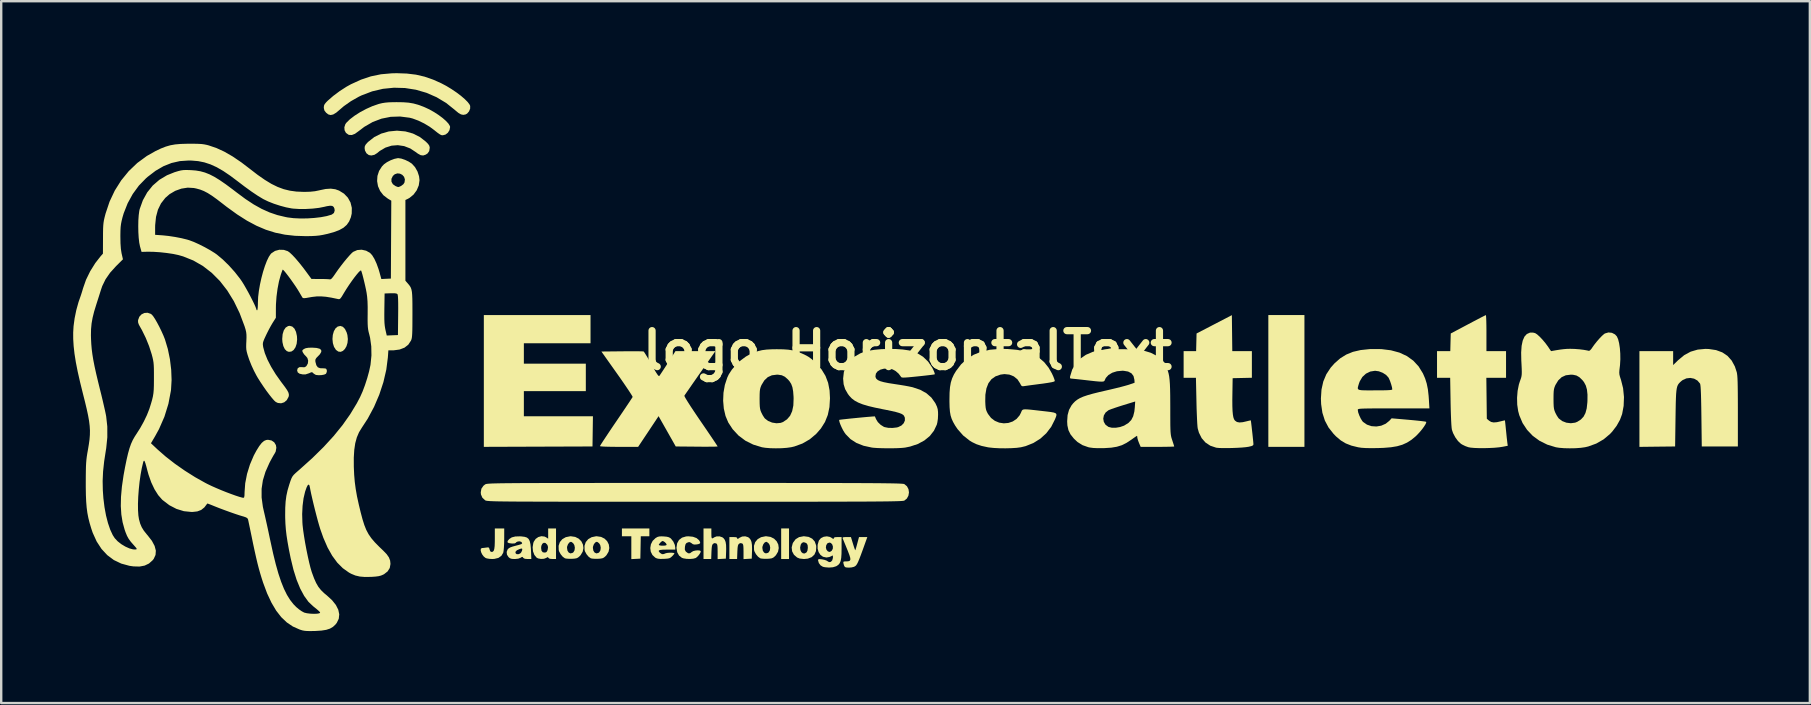
<source format=kicad_pcb>
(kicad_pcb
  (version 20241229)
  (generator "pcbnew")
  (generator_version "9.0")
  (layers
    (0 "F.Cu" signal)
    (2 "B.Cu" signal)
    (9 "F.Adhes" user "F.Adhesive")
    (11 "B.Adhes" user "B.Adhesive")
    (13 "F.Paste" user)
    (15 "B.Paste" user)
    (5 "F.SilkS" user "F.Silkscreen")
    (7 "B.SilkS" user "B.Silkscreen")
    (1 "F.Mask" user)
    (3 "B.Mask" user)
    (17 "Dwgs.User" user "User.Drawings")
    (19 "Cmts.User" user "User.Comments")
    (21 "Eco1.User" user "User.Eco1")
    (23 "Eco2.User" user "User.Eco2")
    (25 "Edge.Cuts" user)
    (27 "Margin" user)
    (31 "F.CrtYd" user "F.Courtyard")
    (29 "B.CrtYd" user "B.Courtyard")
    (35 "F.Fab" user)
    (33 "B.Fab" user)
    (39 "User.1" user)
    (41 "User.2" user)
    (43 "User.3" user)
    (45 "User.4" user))
  (footprint "logo_HorizontalText"
    (layer "F.Cu")
    (at 34.764 11.549)
    (property "Reference" "logo_HorizontalText" (at 0 0 0) (layer "F.SilkS") (effects (font (size 1.5 1.5) (thickness 0.3))))
    (attr board_only exclude_from_pos_files exclude_from_bom)
    (fp_poly (pts (xy -4.936 8.058) (xy -4.936 8.695) (xy -5.1 8.695) (xy -5.263 8.695) (xy -5.263 8.058) (xy -5.263 7.421) (xy -5.1 7.421) (xy -4.936 7.421)) (stroke (width 0) (type solid)) (fill yes) (layer "F.SilkS"))
    (fp_poly (pts (xy 16.541 1.275) (xy 16.541 4.021) (xy 15.789 4.021) (xy 15.037 4.021) (xy 15.037 1.275) (xy 15.037 -1.471) (xy 15.789 -1.471) (xy 16.541 -1.471)) (stroke (width 0) (type solid)) (fill yes) (layer "F.SilkS"))
    (fp_poly (pts (xy -10.755 7.584) (xy -10.755 7.747) (xy -10.934 7.747) (xy -11.113 7.747) (xy -11.122 8.213) (xy -11.131 8.679) (xy -11.319 8.689) (xy -11.507 8.699) (xy -11.507 8.223) (xy -11.507 7.747) (xy -11.703 7.747) (xy -11.899 7.747) (xy -11.899 7.584) (xy -11.899 7.421) (xy -11.327 7.421) (xy -10.755 7.421)) (stroke (width 0) (type solid)) (fill yes) (layer "F.SilkS"))
    (fp_poly (pts (xy -25.634 -0.991) (xy -25.544 -0.905) (xy -25.479 -0.77) (xy -25.441 -0.595) (xy -25.433 -0.454) (xy -25.452 -0.275) (xy -25.502 -0.127) (xy -25.578 -0.016) (xy -25.672 0.049) (xy -25.778 0.062) (xy -25.866 0.03) (xy -25.946 -0.051) (xy -26.008 -0.18) (xy -26.045 -0.344) (xy -26.054 -0.474) (xy -26.037 -0.674) (xy -25.988 -0.834) (xy -25.91 -0.949) (xy -25.809 -1.012) (xy -25.743 -1.022)) (stroke (width 0) (type solid)) (fill yes) (layer "F.SilkS"))
    (fp_poly (pts (xy -23.529 -0.983) (xy -23.44 -0.892) (xy -23.37 -0.75) (xy -23.338 -0.64) (xy -23.319 -0.47) (xy -23.334 -0.311) (xy -23.377 -0.17) (xy -23.443 -0.057) (xy -23.525 0.023) (xy -23.618 0.062) (xy -23.716 0.051) (xy -23.813 -0.018) (xy -23.816 -0.021) (xy -23.896 -0.146) (xy -23.944 -0.302) (xy -23.96 -0.472) (xy -23.946 -0.642) (xy -23.902 -0.797) (xy -23.83 -0.92) (xy -23.744 -0.991) (xy -23.632 -1.017)) (stroke (width 0) (type solid)) (fill yes) (layer "F.SilkS"))
    (fp_poly (pts (xy -13.207 -0.883) (xy -13.207 -0.294) (xy -14.596 -0.294) (xy -15.985 -0.294) (xy -15.985 0.131) (xy -15.985 0.556) (xy -14.694 0.556) (xy -13.403 0.556) (xy -13.403 1.128) (xy -13.403 1.7) (xy -14.694 1.7) (xy -15.985 1.7) (xy -15.985 2.223) (xy -15.985 2.746) (xy -14.546 2.746) (xy -13.107 2.746) (xy -13.116 3.375) (xy -13.125 4.005) (xy -15.389 4.013) (xy -17.653 4.021) (xy -17.653 1.275) (xy -17.653 -1.471) (xy -15.43 -1.471) (xy -13.207 -1.471)) (stroke (width 0) (type solid)) (fill yes) (layer "F.SilkS"))
    (fp_poly (pts (xy -20.923 -9.123) (xy -20.605 -9.034) (xy -20.314 -8.887) (xy -20.069 -8.696) (xy -19.977 -8.603) (xy -19.927 -8.53) (xy -19.909 -8.462) (xy -19.908 -8.438) (xy -19.929 -8.303) (xy -19.997 -8.206) (xy -20.076 -8.154) (xy -20.18 -8.12) (xy -20.284 -8.133) (xy -20.402 -8.197) (xy -20.479 -8.255) (xy -20.719 -8.413) (xy -20.974 -8.511) (xy -21.237 -8.55) (xy -21.499 -8.529) (xy -21.753 -8.448) (xy -21.99 -8.309) (xy -22.1 -8.218) (xy -22.214 -8.147) (xy -22.342 -8.12) (xy -22.446 -8.138) (xy -22.544 -8.212) (xy -22.606 -8.328) (xy -22.621 -8.431) (xy -22.612 -8.505) (xy -22.576 -8.574) (xy -22.503 -8.657) (xy -22.466 -8.693) (xy -22.217 -8.888) (xy -21.931 -9.031) (xy -21.617 -9.121) (xy -21.282 -9.153) (xy -21.265 -9.153)) (stroke (width 0) (type solid)) (fill yes) (layer "F.SilkS"))
    (fp_poly (pts (xy -6.639 7.786) (xy -6.588 7.826) (xy -6.534 7.895) (xy -6.499 7.985) (xy -6.481 8.108) (xy -6.476 8.276) (xy -6.479 8.401) (xy -6.489 8.679) (xy -6.661 8.689) (xy -6.832 8.699) (xy -6.832 8.388) (xy -6.834 8.24) (xy -6.84 8.144) (xy -6.853 8.087) (xy -6.876 8.055) (xy -6.893 8.044) (xy -6.966 8.032) (xy -7.016 8.057) (xy -7.046 8.09) (xy -7.067 8.145) (xy -7.08 8.236) (xy -7.088 8.377) (xy -7.089 8.399) (xy -7.1 8.695) (xy -7.26 8.695) (xy -7.421 8.695) (xy -7.421 8.238) (xy -7.421 7.78) (xy -7.257 7.78) (xy -7.156 7.785) (xy -7.106 7.802) (xy -7.094 7.832) (xy -7.085 7.86) (xy -7.051 7.848) (xy -7.008 7.815) (xy -6.89 7.758) (xy -6.759 7.749)) (stroke (width 0) (type solid)) (fill yes) (layer "F.SilkS"))
    (fp_poly (pts (xy -8.172 7.633) (xy -8.17 7.755) (xy -8.158 7.821) (xy -8.132 7.837) (xy -8.084 7.813) (xy -8.06 7.795) (xy -7.955 7.752) (xy -7.83 7.751) (xy -7.714 7.79) (xy -7.666 7.826) (xy -7.613 7.895) (xy -7.578 7.985) (xy -7.559 8.108) (xy -7.555 8.276) (xy -7.558 8.401) (xy -7.568 8.679) (xy -7.739 8.689) (xy -7.911 8.699) (xy -7.911 8.388) (xy -7.913 8.24) (xy -7.919 8.144) (xy -7.932 8.087) (xy -7.955 8.055) (xy -7.972 8.044) (xy -8.045 8.032) (xy -8.094 8.057) (xy -8.125 8.09) (xy -8.146 8.145) (xy -8.158 8.236) (xy -8.167 8.377) (xy -8.168 8.399) (xy -8.179 8.695) (xy -8.339 8.695) (xy -8.499 8.695) (xy -8.499 8.058) (xy -8.499 7.421) (xy -8.336 7.421) (xy -8.172 7.421)) (stroke (width 0) (type solid)) (fill yes) (layer "F.SilkS"))
    (fp_poly (pts (xy -16.804 7.87) (xy -16.808 8.058) (xy -16.817 8.224) (xy -16.83 8.353) (xy -16.845 8.433) (xy -16.845 8.433) (xy -16.922 8.562) (xy -17.046 8.649) (xy -17.217 8.69) (xy -17.306 8.694) (xy -17.427 8.687) (xy -17.531 8.669) (xy -17.581 8.651) (xy -17.658 8.589) (xy -17.721 8.505) (xy -17.765 8.414) (xy -17.785 8.329) (xy -17.776 8.265) (xy -17.732 8.238) (xy -17.726 8.237) (xy -17.656 8.232) (xy -17.56 8.219) (xy -17.551 8.218) (xy -17.472 8.209) (xy -17.435 8.228) (xy -17.415 8.289) (xy -17.413 8.3) (xy -17.383 8.377) (xy -17.33 8.401) (xy -17.328 8.401) (xy -17.278 8.39) (xy -17.241 8.35) (xy -17.217 8.275) (xy -17.202 8.155) (xy -17.196 7.983) (xy -17.195 7.848) (xy -17.195 7.421) (xy -16.999 7.421) (xy -16.803 7.421)) (stroke (width 0) (type solid)) (fill yes) (layer "F.SilkS"))
    (fp_poly (pts (xy -4.118 7.773) (xy -3.969 7.848) (xy -3.863 7.967) (xy -3.807 8.127) (xy -3.801 8.18) (xy -3.813 8.364) (xy -3.878 8.511) (xy -3.992 8.617) (xy -4.152 8.679) (xy -4.315 8.695) (xy -4.493 8.675) (xy -4.599 8.632) (xy -4.731 8.517) (xy -4.807 8.374) (xy -4.825 8.217) (xy -4.473 8.217) (xy -4.461 8.323) (xy -4.42 8.407) (xy -4.357 8.457) (xy -4.282 8.464) (xy -4.203 8.415) (xy -4.167 8.342) (xy -4.152 8.23) (xy -4.152 8.22) (xy -4.16 8.119) (xy -4.19 8.057) (xy -4.229 8.025) (xy -4.322 7.993) (xy -4.4 8.023) (xy -4.448 8.097) (xy -4.473 8.217) (xy -4.825 8.217) (xy -4.826 8.214) (xy -4.783 8.046) (xy -4.766 8.011) (xy -4.661 7.87) (xy -4.518 7.783) (xy -4.337 7.748) (xy -4.306 7.747)) (stroke (width 0) (type solid)) (fill yes) (layer "F.SilkS"))
    (fp_poly (pts (xy -13.845 7.774) (xy -13.699 7.847) (xy -13.59 7.956) (xy -13.524 8.09) (xy -13.503 8.238) (xy -13.534 8.39) (xy -13.621 8.535) (xy -13.665 8.581) (xy -13.729 8.635) (xy -13.795 8.665) (xy -13.887 8.68) (xy -13.984 8.686) (xy -14.108 8.686) (xy -14.213 8.678) (xy -14.272 8.666) (xy -14.365 8.6) (xy -14.452 8.495) (xy -14.516 8.378) (xy -14.532 8.321) (xy -14.535 8.227) (xy -14.187 8.227) (xy -14.168 8.347) (xy -14.115 8.427) (xy -14.041 8.461) (xy -13.956 8.439) (xy -13.92 8.413) (xy -13.873 8.331) (xy -13.86 8.222) (xy -13.882 8.113) (xy -13.926 8.042) (xy -13.984 7.994) (xy -14.024 7.976) (xy -14.089 8.005) (xy -14.146 8.079) (xy -14.182 8.175) (xy -14.187 8.227) (xy -14.535 8.227) (xy -14.537 8.144) (xy -14.485 7.99) (xy -14.383 7.868) (xy -14.239 7.785) (xy -14.059 7.748) (xy -14.024 7.747)) (stroke (width 0) (type solid)) (fill yes) (layer "F.SilkS"))
    (fp_poly (pts (xy -12.766 7.774) (xy -12.62 7.847) (xy -12.512 7.956) (xy -12.445 8.09) (xy -12.425 8.238) (xy -12.455 8.39) (xy -12.542 8.535) (xy -12.586 8.581) (xy -12.65 8.635) (xy -12.716 8.665) (xy -12.808 8.68) (xy -12.905 8.686) (xy -13.029 8.686) (xy -13.134 8.678) (xy -13.193 8.666) (xy -13.286 8.6) (xy -13.374 8.495) (xy -13.437 8.378) (xy -13.454 8.321) (xy -13.456 8.227) (xy -13.109 8.227) (xy -13.089 8.347) (xy -13.036 8.427) (xy -12.962 8.461) (xy -12.877 8.439) (xy -12.842 8.413) (xy -12.794 8.331) (xy -12.781 8.222) (xy -12.803 8.113) (xy -12.847 8.042) (xy -12.906 7.994) (xy -12.945 7.976) (xy -13.01 8.005) (xy -13.068 8.079) (xy -13.103 8.175) (xy -13.109 8.227) (xy -13.456 8.227) (xy -13.458 8.144) (xy -13.406 7.99) (xy -13.304 7.868) (xy -13.16 7.785) (xy -12.981 7.748) (xy -12.945 7.747)) (stroke (width 0) (type solid)) (fill yes) (layer "F.SilkS"))
    (fp_poly (pts (xy -5.705 7.774) (xy -5.559 7.847) (xy -5.451 7.956) (xy -5.384 8.09) (xy -5.364 8.238) (xy -5.394 8.39) (xy -5.481 8.535) (xy -5.525 8.581) (xy -5.589 8.635) (xy -5.655 8.665) (xy -5.747 8.68) (xy -5.844 8.686) (xy -5.968 8.686) (xy -6.073 8.678) (xy -6.132 8.666) (xy -6.225 8.6) (xy -6.313 8.495) (xy -6.376 8.378) (xy -6.393 8.321) (xy -6.395 8.227) (xy -6.048 8.227) (xy -6.028 8.347) (xy -5.975 8.427) (xy -5.901 8.461) (xy -5.816 8.439) (xy -5.781 8.413) (xy -5.733 8.331) (xy -5.72 8.222) (xy -5.742 8.113) (xy -5.786 8.042) (xy -5.845 7.994) (xy -5.884 7.976) (xy -5.949 8.005) (xy -6.007 8.079) (xy -6.042 8.175) (xy -6.048 8.227) (xy -6.395 8.227) (xy -6.397 8.144) (xy -6.345 7.99) (xy -6.243 7.868) (xy -6.099 7.785) (xy -5.92 7.748) (xy -5.884 7.747)) (stroke (width 0) (type solid)) (fill yes) (layer "F.SilkS"))
    (fp_poly (pts (xy -14.645 8.058) (xy -14.645 8.695) (xy -14.793 8.695) (xy -14.904 8.685) (xy -14.957 8.653) (xy -14.96 8.647) (xy -14.981 8.616) (xy -15.018 8.627) (xy -15.048 8.647) (xy -15.147 8.685) (xy -15.272 8.692) (xy -15.391 8.67) (xy -15.453 8.638) (xy -15.547 8.525) (xy -15.604 8.374) (xy -15.617 8.234) (xy -15.266 8.234) (xy -15.249 8.351) (xy -15.195 8.415) (xy -15.104 8.427) (xy -15.103 8.427) (xy -15.042 8.405) (xy -15.005 8.344) (xy -14.991 8.297) (xy -14.978 8.197) (xy -15.001 8.118) (xy -15.017 8.093) (xy -15.085 8.026) (xy -15.155 8.018) (xy -15.216 8.06) (xy -15.257 8.147) (xy -15.266 8.234) (xy -15.617 8.234) (xy -15.619 8.202) (xy -15.591 8.027) (xy -15.573 7.976) (xy -15.495 7.858) (xy -15.383 7.779) (xy -15.252 7.744) (xy -15.12 7.76) (xy -15.045 7.798) (xy -14.972 7.849) (xy -14.972 7.635) (xy -14.972 7.421) (xy -14.808 7.421) (xy -14.645 7.421)) (stroke (width 0) (type solid)) (fill yes) (layer "F.SilkS"))
    (fp_poly (pts (xy -8.941 7.767) (xy -8.79 7.822) (xy -8.687 7.909) (xy -8.683 7.915) (xy -8.639 7.994) (xy -8.645 8.044) (xy -8.708 8.073) (xy -8.778 8.086) (xy -8.88 8.093) (xy -8.945 8.076) (xy -8.992 8.039) (xy -9.071 7.991) (xy -9.13 7.995) (xy -9.205 8.026) (xy -9.246 8.074) (xy -9.269 8.161) (xy -9.274 8.197) (xy -9.278 8.297) (xy -9.251 8.365) (xy -9.222 8.397) (xy -9.138 8.457) (xy -9.06 8.454) (xy -8.99 8.401) (xy -8.924 8.364) (xy -8.83 8.341) (xy -8.731 8.333) (xy -8.65 8.343) (xy -8.616 8.365) (xy -8.621 8.411) (xy -8.66 8.483) (xy -8.72 8.562) (xy -8.788 8.627) (xy -8.827 8.654) (xy -8.926 8.681) (xy -9.061 8.693) (xy -9.207 8.688) (xy -9.336 8.667) (xy -9.4 8.645) (xy -9.518 8.552) (xy -9.594 8.413) (xy -9.624 8.238) (xy -9.625 8.218) (xy -9.598 8.041) (xy -9.52 7.901) (xy -9.394 7.804) (xy -9.226 7.754) (xy -9.128 7.748)) (stroke (width 0) (type solid)) (fill yes) (layer "F.SilkS"))
    (fp_poly (pts (xy -2.27 8.061) (xy -2.232 8.183) (xy -2.2 8.276) (xy -2.179 8.326) (xy -2.175 8.33) (xy -2.162 8.296) (xy -2.137 8.214) (xy -2.105 8.099) (xy -2.092 8.05) (xy -2.02 7.78) (xy -1.846 7.78) (xy -1.673 7.78) (xy -1.782 8.083) (xy -1.874 8.34) (xy -1.949 8.543) (xy -2.009 8.698) (xy -2.057 8.813) (xy -2.098 8.895) (xy -2.134 8.95) (xy -2.169 8.985) (xy -2.207 9.009) (xy -2.243 9.024) (xy -2.336 9.046) (xy -2.447 9.054) (xy -2.547 9.047) (xy -2.603 9.03) (xy -2.635 8.984) (xy -2.662 8.904) (xy -2.663 8.9) (xy -2.674 8.832) (xy -2.658 8.801) (xy -2.599 8.794) (xy -2.556 8.794) (xy -2.467 8.789) (xy -2.409 8.77) (xy -2.381 8.728) (xy -2.383 8.655) (xy -2.415 8.544) (xy -2.475 8.385) (xy -2.515 8.286) (xy -2.578 8.131) (xy -2.634 7.996) (xy -2.676 7.893) (xy -2.7 7.834) (xy -2.702 7.828) (xy -2.7 7.8) (xy -2.661 7.785) (xy -2.571 7.78) (xy -2.538 7.78) (xy -2.356 7.78)) (stroke (width 0) (type solid)) (fill yes) (layer "F.SilkS"))
    (fp_poly (pts (xy -21.012 -10.338) (xy -20.787 -10.321) (xy -20.587 -10.287) (xy -20.392 -10.234) (xy -20.182 -10.157) (xy -20.117 -10.13) (xy -19.919 -10.038) (xy -19.723 -9.927) (xy -19.537 -9.806) (xy -19.369 -9.681) (xy -19.229 -9.558) (xy -19.126 -9.446) (xy -19.068 -9.349) (xy -19.058 -9.305) (xy -19.084 -9.175) (xy -19.153 -9.066) (xy -19.251 -8.991) (xy -19.364 -8.962) (xy -19.425 -8.969) (xy -19.484 -8.999) (xy -19.574 -9.061) (xy -19.679 -9.144) (xy -19.712 -9.171) (xy -19.907 -9.316) (xy -20.137 -9.454) (xy -20.38 -9.572) (xy -20.614 -9.659) (xy -20.742 -9.693) (xy -21.142 -9.744) (xy -21.534 -9.731) (xy -21.915 -9.655) (xy -22.283 -9.516) (xy -22.632 -9.315) (xy -22.872 -9.133) (xy -23.022 -9.024) (xy -23.152 -8.973) (xy -23.267 -8.978) (xy -23.296 -8.988) (xy -23.399 -9.063) (xy -23.456 -9.171) (xy -23.465 -9.296) (xy -23.424 -9.423) (xy -23.384 -9.481) (xy -23.236 -9.627) (xy -23.038 -9.778) (xy -22.806 -9.926) (xy -22.553 -10.061) (xy -22.296 -10.176) (xy -22.047 -10.262) (xy -22.017 -10.271) (xy -21.888 -10.302) (xy -21.76 -10.322) (xy -21.615 -10.335) (xy -21.434 -10.341) (xy -21.281 -10.342)) (stroke (width 0) (type solid)) (fill yes) (layer "F.SilkS"))
    (fp_poly (pts (xy -24.624 -0.101) (xy -24.496 -0.068) (xy -24.43 -0.013) (xy -24.426 0.063) (xy -24.483 0.161) (xy -24.554 0.236) (xy -24.631 0.315) (xy -24.668 0.374) (xy -24.675 0.434) (xy -24.67 0.48) (xy -24.632 0.621) (xy -24.571 0.706) (xy -24.477 0.744) (xy -24.407 0.747) (xy -24.311 0.749) (xy -24.241 0.76) (xy -24.228 0.765) (xy -24.196 0.818) (xy -24.196 0.896) (xy -24.226 0.967) (xy -24.241 0.982) (xy -24.31 1.012) (xy -24.418 1.031) (xy -24.535 1.036) (xy -24.635 1.026) (xy -24.666 1.017) (xy -24.74 0.971) (xy -24.773 0.939) (xy -24.806 0.912) (xy -24.85 0.915) (xy -24.927 0.95) (xy -24.935 0.954) (xy -25.086 1.003) (xy -25.196 1.003) (xy -25.33 0.974) (xy -25.407 0.919) (xy -25.433 0.835) (xy -25.433 0.834) (xy -25.407 0.745) (xy -25.336 0.7) (xy -25.223 0.7) (xy -25.133 0.706) (xy -25.068 0.674) (xy -25.043 0.649) (xy -24.986 0.547) (xy -24.973 0.429) (xy -25.005 0.319) (xy -25.057 0.255) (xy -25.134 0.176) (xy -25.189 0.096) (xy -25.218 0.029) (xy -25.207 -0.012) (xy -25.149 -0.056) (xy -25.073 -0.09) (xy -24.965 -0.108) (xy -24.814 -0.113)) (stroke (width 0) (type solid)) (fill yes) (layer "F.SilkS"))
    (fp_poly (pts (xy -20.861 -11.534) (xy -20.481 -11.488) (xy -20.123 -11.405) (xy -19.766 -11.281) (xy -19.432 -11.132) (xy -19.216 -11.018) (xy -19.002 -10.888) (xy -18.796 -10.749) (xy -18.609 -10.608) (xy -18.45 -10.472) (xy -18.325 -10.347) (xy -18.246 -10.24) (xy -18.222 -10.185) (xy -18.223 -10.072) (xy -18.27 -9.957) (xy -18.349 -9.866) (xy -18.414 -9.83) (xy -18.51 -9.813) (xy -18.605 -9.832) (xy -18.711 -9.893) (xy -18.841 -10) (xy -18.857 -10.015) (xy -19.224 -10.309) (xy -19.622 -10.548) (xy -20.044 -10.732) (xy -20.485 -10.86) (xy -20.938 -10.931) (xy -21.397 -10.944) (xy -21.856 -10.898) (xy -22.307 -10.792) (xy -22.746 -10.625) (xy -22.859 -10.571) (xy -23.191 -10.383) (xy -23.488 -10.174) (xy -23.651 -10.034) (xy -23.803 -9.905) (xy -23.929 -9.829) (xy -24.036 -9.805) (xy -24.133 -9.831) (xy -24.226 -9.903) (xy -24.297 -9.996) (xy -24.321 -10.101) (xy -24.321 -10.121) (xy -24.314 -10.195) (xy -24.285 -10.261) (xy -24.224 -10.335) (xy -24.158 -10.402) (xy -23.927 -10.603) (xy -23.658 -10.804) (xy -23.377 -10.985) (xy -23.191 -11.088) (xy -22.771 -11.28) (xy -22.36 -11.417) (xy -21.939 -11.504) (xy -21.492 -11.544) (xy -21.281 -11.549)) (stroke (width 0) (type solid)) (fill yes) (layer "F.SilkS"))
    (fp_poly (pts (xy 33.393 -0.056) (xy 33.693 -0.011) (xy 33.952 0.084) (xy 34.168 0.229) (xy 34.343 0.425) (xy 34.477 0.671) (xy 34.557 0.915) (xy 34.568 0.976) (xy 34.578 1.06) (xy 34.586 1.175) (xy 34.592 1.325) (xy 34.596 1.516) (xy 34.599 1.753) (xy 34.601 2.042) (xy 34.602 2.389) (xy 34.602 2.55) (xy 34.602 4.005) (xy 33.85 4.005) (xy 33.098 4.005) (xy 33.082 2.73) (xy 33.077 2.375) (xy 33.071 2.081) (xy 33.065 1.845) (xy 33.057 1.661) (xy 33.049 1.527) (xy 33.039 1.438) (xy 33.028 1.389) (xy 33.025 1.384) (xy 32.919 1.259) (xy 32.779 1.18) (xy 32.62 1.149) (xy 32.456 1.168) (xy 32.301 1.239) (xy 32.246 1.281) (xy 32.191 1.331) (xy 32.146 1.378) (xy 32.109 1.43) (xy 32.08 1.493) (xy 32.058 1.574) (xy 32.042 1.68) (xy 32.029 1.817) (xy 32.021 1.992) (xy 32.014 2.213) (xy 32.009 2.486) (xy 32.004 2.811) (xy 31.987 4.005) (xy 31.243 4.013) (xy 30.5 4.022) (xy 30.5 2.027) (xy 30.5 0.033) (xy 31.202 0.033) (xy 31.905 0.033) (xy 31.905 0.323) (xy 31.905 0.613) (xy 32.114 0.409) (xy 32.365 0.201) (xy 32.634 0.055) (xy 32.927 -0.031) (xy 33.248 -0.061)) (stroke (width 0) (type solid)) (fill yes) (layer "F.SilkS"))
    (fp_poly (pts (xy -10.16 7.754) (xy -10.028 7.766) (xy -9.94 7.789) (xy -9.873 7.829) (xy -9.853 7.847) (xy -9.758 7.966) (xy -9.694 8.108) (xy -9.676 8.22) (xy -9.676 8.303) (xy -10.019 8.303) (xy -10.191 8.306) (xy -10.302 8.317) (xy -10.358 8.338) (xy -10.365 8.373) (xy -10.327 8.423) (xy -10.303 8.445) (xy -10.229 8.492) (xy -10.152 8.488) (xy -10.091 8.461) (xy -10.026 8.443) (xy -9.93 8.433) (xy -9.828 8.432) (xy -9.745 8.441) (xy -9.711 8.454) (xy -9.723 8.484) (xy -9.77 8.541) (xy -9.801 8.574) (xy -9.86 8.628) (xy -9.916 8.66) (xy -9.99 8.677) (xy -10.101 8.686) (xy -10.159 8.689) (xy -10.302 8.691) (xy -10.4 8.681) (xy -10.473 8.658) (xy -10.512 8.636) (xy -10.628 8.528) (xy -10.697 8.39) (xy -10.717 8.237) (xy -10.695 8.107) (xy -10.363 8.107) (xy -10.333 8.126) (xy -10.258 8.138) (xy -10.199 8.14) (xy -10.095 8.134) (xy -10.045 8.115) (xy -10.036 8.093) (xy -10.061 8.043) (xy -10.118 7.987) (xy -10.182 7.949) (xy -10.207 7.944) (xy -10.25 7.967) (xy -10.306 8.02) (xy -10.351 8.077) (xy -10.363 8.107) (xy -10.695 8.107) (xy -10.691 8.081) (xy -10.618 7.938) (xy -10.498 7.822) (xy -10.493 7.819) (xy -10.419 7.776) (xy -10.344 7.755) (xy -10.244 7.75)) (stroke (width 0) (type solid)) (fill yes) (layer "F.SilkS"))
    (fp_poly (pts (xy -16.083 7.754) (xy -15.954 7.77) (xy -15.858 7.801) (xy -15.788 7.858) (xy -15.741 7.947) (xy -15.71 8.078) (xy -15.692 8.259) (xy -15.683 8.442) (xy -15.674 8.695) (xy -15.828 8.695) (xy -15.941 8.686) (xy -16.002 8.655) (xy -16.012 8.642) (xy -16.039 8.607) (xy -16.074 8.612) (xy -16.119 8.642) (xy -16.216 8.68) (xy -16.354 8.695) (xy -16.37 8.695) (xy -16.486 8.689) (xy -16.563 8.664) (xy -16.624 8.615) (xy -16.689 8.513) (xy -16.696 8.448) (xy -16.334 8.448) (xy -16.288 8.491) (xy -16.216 8.496) (xy -16.14 8.465) (xy -16.102 8.427) (xy -16.063 8.351) (xy -16.051 8.298) (xy -16.059 8.262) (xy -16.095 8.259) (xy -16.157 8.277) (xy -16.275 8.33) (xy -16.333 8.392) (xy -16.334 8.448) (xy -16.696 8.448) (xy -16.701 8.4) (xy -16.662 8.297) (xy -16.641 8.272) (xy -16.599 8.238) (xy -16.54 8.207) (xy -16.452 8.176) (xy -16.322 8.14) (xy -16.19 8.106) (xy -16.092 8.075) (xy -16.055 8.042) (xy -16.074 8) (xy -16.097 7.979) (xy -16.161 7.958) (xy -16.241 7.966) (xy -16.306 7.998) (xy -16.322 8.02) (xy -16.364 8.043) (xy -16.462 8.049) (xy -16.504 8.047) (xy -16.617 8.03) (xy -16.668 7.996) (xy -16.659 7.941) (xy -16.594 7.863) (xy -16.488 7.793) (xy -16.341 7.756) (xy -16.144 7.75)) (stroke (width 0) (type solid)) (fill yes) (layer "F.SilkS"))
    (fp_poly (pts (xy -3.23 7.775) (xy -3.159 7.815) (xy -3.1 7.856) (xy -3.076 7.855) (xy -3.073 7.832) (xy -3.057 7.8) (xy -3.002 7.784) (xy -2.909 7.78) (xy -2.746 7.78) (xy -2.746 8.246) (xy -2.749 8.475) (xy -2.761 8.648) (xy -2.785 8.777) (xy -2.824 8.869) (xy -2.88 8.937) (xy -2.957 8.989) (xy -2.975 8.998) (xy -3.106 9.038) (xy -3.27 9.051) (xy -3.439 9.037) (xy -3.522 9.019) (xy -3.62 8.96) (xy -3.694 8.862) (xy -3.726 8.75) (xy -3.727 8.742) (xy -3.718 8.711) (xy -3.681 8.699) (xy -3.601 8.704) (xy -3.559 8.709) (xy -3.453 8.731) (xy -3.37 8.762) (xy -3.344 8.779) (xy -3.266 8.824) (xy -3.193 8.813) (xy -3.136 8.752) (xy -3.107 8.649) (xy -3.106 8.614) (xy -3.11 8.555) (xy -3.134 8.551) (xy -3.178 8.579) (xy -3.258 8.612) (xy -3.363 8.629) (xy -3.386 8.63) (xy -3.52 8.601) (xy -3.627 8.522) (xy -3.704 8.405) (xy -3.744 8.261) (xy -3.743 8.217) (xy -3.4 8.217) (xy -3.377 8.305) (xy -3.321 8.374) (xy -3.253 8.401) (xy -3.195 8.38) (xy -3.157 8.35) (xy -3.112 8.269) (xy -3.107 8.174) (xy -3.136 8.086) (xy -3.194 8.025) (xy -3.253 8.009) (xy -3.334 8.038) (xy -3.385 8.118) (xy -3.4 8.217) (xy -3.743 8.217) (xy -3.743 8.101) (xy -3.696 7.939) (xy -3.685 7.916) (xy -3.606 7.825) (xy -3.49 7.768) (xy -3.358 7.75)) (stroke (width 0) (type solid)) (fill yes) (layer "F.SilkS"))
    (fp_poly (pts (xy 13.526 -0.717) (xy 13.535 0.033) (xy 13.943 0.033) (xy 14.351 0.033) (xy 14.351 0.587) (xy 14.351 1.142) (xy 13.95 1.151) (xy 13.55 1.16) (xy 13.54 1.765) (xy 13.536 2.073) (xy 13.538 2.323) (xy 13.545 2.52) (xy 13.559 2.672) (xy 13.579 2.786) (xy 13.606 2.867) (xy 13.642 2.922) (xy 13.65 2.93) (xy 13.729 2.985) (xy 13.833 3.005) (xy 13.973 2.993) (xy 14.12 2.959) (xy 14.218 2.935) (xy 14.286 2.92) (xy 14.306 2.919) (xy 14.312 2.952) (xy 14.323 3.037) (xy 14.338 3.159) (xy 14.354 3.305) (xy 14.372 3.461) (xy 14.388 3.614) (xy 14.402 3.75) (xy 14.412 3.856) (xy 14.416 3.916) (xy 14.416 3.921) (xy 14.399 3.957) (xy 14.339 3.987) (xy 14.225 4.015) (xy 14.212 4.018) (xy 14.093 4.035) (xy 13.929 4.05) (xy 13.737 4.061) (xy 13.531 4.069) (xy 13.327 4.073) (xy 13.139 4.073) (xy 12.983 4.068) (xy 12.874 4.057) (xy 12.858 4.054) (xy 12.618 3.973) (xy 12.417 3.84) (xy 12.259 3.659) (xy 12.145 3.431) (xy 12.094 3.251) (xy 12.085 3.177) (xy 12.075 3.048) (xy 12.066 2.873) (xy 12.057 2.662) (xy 12.048 2.425) (xy 12.042 2.173) (xy 12.041 2.117) (xy 12.02 1.144) (xy 11.764 1.144) (xy 11.507 1.144) (xy 11.507 0.588) (xy 11.507 0.033) (xy 11.767 0.033) (xy 12.028 0.033) (xy 12.037 -0.335) (xy 12.046 -0.703) (xy 12.782 -1.085) (xy 13.517 -1.467)) (stroke (width 0) (type solid)) (fill yes) (layer "F.SilkS"))
    (fp_poly (pts (xy 24.108 -1.438) (xy 24.114 -1.351) (xy 24.119 -1.217) (xy 24.123 -1.045) (xy 24.125 -0.844) (xy 24.125 -0.719) (xy 24.125 0.033) (xy 24.534 0.033) (xy 24.942 0.033) (xy 24.942 0.588) (xy 24.942 1.144) (xy 24.532 1.144) (xy 24.121 1.144) (xy 24.131 1.997) (xy 24.141 2.85) (xy 24.233 2.929) (xy 24.321 2.983) (xy 24.426 3.004) (xy 24.563 2.993) (xy 24.712 2.959) (xy 24.809 2.935) (xy 24.876 2.92) (xy 24.895 2.919) (xy 24.9 2.952) (xy 24.91 3.038) (xy 24.923 3.162) (xy 24.938 3.314) (xy 24.939 3.318) (xy 24.956 3.486) (xy 24.972 3.643) (xy 24.987 3.77) (xy 24.995 3.843) (xy 25.013 3.976) (xy 24.806 4.017) (xy 24.655 4.04) (xy 24.465 4.058) (xy 24.252 4.069) (xy 24.031 4.075) (xy 23.816 4.074) (xy 23.623 4.067) (xy 23.466 4.053) (xy 23.373 4.036) (xy 23.243 3.989) (xy 23.115 3.926) (xy 23.063 3.894) (xy 22.94 3.779) (xy 22.825 3.621) (xy 22.733 3.445) (xy 22.686 3.306) (xy 22.675 3.231) (xy 22.664 3.099) (xy 22.654 2.918) (xy 22.645 2.696) (xy 22.637 2.442) (xy 22.631 2.163) (xy 22.631 2.149) (xy 22.614 1.144) (xy 22.34 1.144) (xy 22.066 1.144) (xy 22.066 0.588) (xy 22.066 0.033) (xy 22.342 0.033) (xy 22.619 0.033) (xy 22.628 -0.335) (xy 22.638 -0.703) (xy 23.357 -1.084) (xy 23.555 -1.189) (xy 23.735 -1.283) (xy 23.887 -1.363) (xy 24.004 -1.422) (xy 24.078 -1.459) (xy 24.101 -1.469)) (stroke (width 0) (type solid)) (fill yes) (layer "F.SilkS"))
    (fp_poly (pts (xy -5.18 -0.043) (xy -4.965 -0.028) (xy -4.779 0.002) (xy -4.604 0.05) (xy -4.424 0.119) (xy -4.286 0.181) (xy -4.137 0.261) (xy -4.001 0.358) (xy -3.856 0.487) (xy -3.794 0.548) (xy -3.577 0.8) (xy -3.416 1.065) (xy -3.307 1.353) (xy -3.246 1.672) (xy -3.229 1.994) (xy -3.251 2.363) (xy -3.32 2.691) (xy -3.438 2.986) (xy -3.609 3.258) (xy -3.807 3.484) (xy -4.074 3.708) (xy -4.38 3.884) (xy -4.713 4.005) (xy -4.845 4.036) (xy -5.028 4.062) (xy -5.249 4.078) (xy -5.486 4.082) (xy -5.718 4.077) (xy -5.925 4.06) (xy -6.064 4.038) (xy -6.427 3.927) (xy -6.754 3.764) (xy -7.04 3.55) (xy -7.283 3.288) (xy -7.468 3.005) (xy -7.582 2.733) (xy -7.653 2.427) (xy -7.681 2.101) (xy -7.678 2.027) (xy -6.162 2.027) (xy -6.16 2.206) (xy -6.154 2.337) (xy -6.142 2.433) (xy -6.122 2.513) (xy -6.09 2.59) (xy -6.087 2.598) (xy -6.03 2.708) (xy -5.968 2.804) (xy -5.94 2.84) (xy -5.807 2.942) (xy -5.64 3.01) (xy -5.459 3.038) (xy -5.287 3.023) (xy -5.188 2.987) (xy -5.019 2.874) (xy -4.891 2.725) (xy -4.805 2.534) (xy -4.756 2.298) (xy -4.745 2.012) (xy -4.747 1.934) (xy -4.764 1.712) (xy -4.794 1.539) (xy -4.844 1.402) (xy -4.917 1.286) (xy -4.979 1.215) (xy -5.107 1.101) (xy -5.237 1.038) (xy -5.392 1.014) (xy -5.443 1.013) (xy -5.65 1.039) (xy -5.822 1.117) (xy -5.965 1.252) (xy -6.082 1.444) (xy -6.087 1.455) (xy -6.119 1.533) (xy -6.141 1.611) (xy -6.154 1.704) (xy -6.16 1.829) (xy -6.162 2.001) (xy -6.162 2.027) (xy -7.678 2.027) (xy -7.667 1.767) (xy -7.61 1.442) (xy -7.51 1.138) (xy -7.447 1.003) (xy -7.317 0.803) (xy -7.143 0.6) (xy -6.943 0.413) (xy -6.734 0.259) (xy -6.603 0.185) (xy -6.411 0.098) (xy -6.236 0.035) (xy -6.06 -0.008) (xy -5.866 -0.033) (xy -5.637 -0.045) (xy -5.443 -0.047)) (stroke (width 0) (type solid)) (fill yes) (layer "F.SilkS"))
    (fp_poly (pts (xy -8.067 0.123) (xy -8.101 0.172) (xy -8.168 0.267) (xy -8.261 0.4) (xy -8.376 0.565) (xy -8.508 0.754) (xy -8.651 0.958) (xy -8.701 1.03) (xy -8.844 1.235) (xy -8.976 1.424) (xy -9.091 1.591) (xy -9.186 1.727) (xy -9.254 1.825) (xy -9.291 1.88) (xy -9.296 1.888) (xy -9.285 1.927) (xy -9.236 2.015) (xy -9.152 2.152) (xy -9.035 2.335) (xy -8.885 2.561) (xy -8.705 2.828) (xy -8.616 2.958) (xy -8.458 3.188) (xy -8.313 3.401) (xy -8.184 3.591) (xy -8.075 3.753) (xy -7.991 3.879) (xy -7.935 3.964) (xy -7.911 4.003) (xy -7.911 4.004) (xy -7.942 4.008) (xy -8.03 4.012) (xy -8.167 4.014) (xy -8.344 4.015) (xy -8.552 4.015) (xy -8.783 4.013) (xy -8.783 4.013) (xy -9.656 4.005) (xy -10.014 3.373) (xy -10.372 2.742) (xy -10.797 3.382) (xy -11.223 4.021) (xy -12.019 4.021) (xy -12.266 4.02) (xy -12.475 4.016) (xy -12.639 4.011) (xy -12.752 4.003) (xy -12.809 3.994) (xy -12.814 3.99) (xy -12.797 3.957) (xy -12.746 3.876) (xy -12.667 3.754) (xy -12.562 3.596) (xy -12.438 3.409) (xy -12.297 3.199) (xy -12.143 2.973) (xy -12.14 2.969) (xy -11.986 2.742) (xy -11.843 2.531) (xy -11.717 2.343) (xy -11.61 2.184) (xy -11.528 2.06) (xy -11.474 1.977) (xy -11.452 1.942) (xy -11.452 1.942) (xy -11.467 1.908) (xy -11.516 1.827) (xy -11.595 1.705) (xy -11.699 1.55) (xy -11.824 1.366) (xy -11.966 1.161) (xy -12.096 0.977) (xy -12.754 0.049) (xy -11.894 0.04) (xy -11.662 0.038) (xy -11.451 0.038) (xy -11.27 0.038) (xy -11.127 0.04) (xy -11.033 0.043) (xy -10.996 0.046) (xy -10.969 0.078) (xy -10.917 0.158) (xy -10.844 0.277) (xy -10.758 0.426) (xy -10.669 0.584) (xy -10.559 0.78) (xy -10.475 0.922) (xy -10.414 1.014) (xy -10.372 1.063) (xy -10.347 1.072) (xy -10.343 1.069) (xy -10.315 1.03) (xy -10.258 0.945) (xy -10.178 0.824) (xy -10.082 0.678) (xy -9.988 0.531) (xy -9.668 0.033) (xy -8.836 0.033) (xy -8.005 0.033)) (stroke (width 0) (type solid)) (fill yes) (layer "F.SilkS"))
    (fp_poly (pts (xy 4.165 -0.057) (xy 4.567 -0.021) (xy 4.917 0.05) (xy 5.219 0.157) (xy 5.477 0.304) (xy 5.697 0.493) (xy 5.883 0.726) (xy 6.016 0.958) (xy 6.074 1.083) (xy 6.116 1.19) (xy 6.137 1.262) (xy 6.138 1.281) (xy 6.102 1.303) (xy 6.009 1.327) (xy 5.856 1.354) (xy 5.641 1.386) (xy 5.52 1.401) (xy 5.324 1.427) (xy 5.145 1.45) (xy 4.996 1.471) (xy 4.888 1.486) (xy 4.836 1.494) (xy 4.78 1.495) (xy 4.739 1.464) (xy 4.697 1.387) (xy 4.692 1.374) (xy 4.583 1.208) (xy 4.432 1.085) (xy 4.248 1.011) (xy 4.041 0.989) (xy 3.878 1.01) (xy 3.667 1.084) (xy 3.499 1.203) (xy 3.373 1.37) (xy 3.29 1.584) (xy 3.246 1.848) (xy 3.241 2.121) (xy 3.248 2.282) (xy 3.259 2.397) (xy 3.278 2.484) (xy 3.309 2.562) (xy 3.354 2.648) (xy 3.482 2.816) (xy 3.641 2.937) (xy 3.821 3.012) (xy 4.013 3.041) (xy 4.204 3.025) (xy 4.385 2.964) (xy 4.545 2.858) (xy 4.673 2.708) (xy 4.729 2.598) (xy 4.75 2.546) (xy 4.769 2.507) (xy 4.795 2.48) (xy 4.837 2.463) (xy 4.902 2.457) (xy 4.999 2.461) (xy 5.136 2.473) (xy 5.32 2.493) (xy 5.561 2.521) (xy 5.582 2.523) (xy 5.808 2.549) (xy 5.976 2.57) (xy 6.093 2.591) (xy 6.166 2.617) (xy 6.202 2.651) (xy 6.208 2.698) (xy 6.191 2.762) (xy 6.157 2.848) (xy 6.145 2.878) (xy 5.99 3.185) (xy 5.784 3.455) (xy 5.534 3.682) (xy 5.245 3.862) (xy 4.925 3.99) (xy 4.729 4.038) (xy 4.551 4.062) (xy 4.328 4.076) (xy 4.081 4.082) (xy 3.829 4.079) (xy 3.594 4.067) (xy 3.396 4.046) (xy 3.346 4.038) (xy 3.089 3.982) (xy 2.877 3.912) (xy 2.688 3.821) (xy 2.593 3.763) (xy 2.319 3.546) (xy 2.085 3.28) (xy 1.984 3.13) (xy 1.901 2.984) (xy 1.84 2.85) (xy 1.797 2.713) (xy 1.77 2.559) (xy 1.755 2.373) (xy 1.749 2.142) (xy 1.749 2.043) (xy 1.754 1.763) (xy 1.772 1.534) (xy 1.806 1.341) (xy 1.859 1.171) (xy 1.934 1.008) (xy 2.024 0.859) (xy 2.234 0.583) (xy 2.478 0.358) (xy 2.758 0.183) (xy 3.076 0.055) (xy 3.436 -0.025) (xy 3.839 -0.06)) (stroke (width 0) (type solid)) (fill yes) (layer "F.SilkS"))
    (fp_poly (pts (xy 19.748 -0.052) (xy 20.147 -0.002) (xy 20.501 0.094) (xy 20.811 0.238) (xy 21.076 0.429) (xy 21.297 0.667) (xy 21.474 0.953) (xy 21.48 0.964) (xy 21.57 1.171) (xy 21.637 1.385) (xy 21.685 1.622) (xy 21.716 1.9) (xy 21.727 2.051) (xy 21.749 2.419) (xy 20.256 2.419) (xy 19.905 2.419) (xy 19.614 2.419) (xy 19.377 2.42) (xy 19.189 2.422) (xy 19.044 2.425) (xy 18.936 2.429) (xy 18.86 2.434) (xy 18.811 2.441) (xy 18.782 2.451) (xy 18.768 2.462) (xy 18.764 2.476) (xy 18.764 2.483) (xy 18.781 2.585) (xy 18.827 2.713) (xy 18.888 2.843) (xy 18.954 2.948) (xy 18.985 2.983) (xy 19.147 3.096) (xy 19.336 3.159) (xy 19.539 3.173) (xy 19.741 3.139) (xy 19.928 3.057) (xy 20.077 2.937) (xy 20.174 2.832) (xy 20.874 2.893) (xy 21.083 2.912) (xy 21.27 2.931) (xy 21.426 2.948) (xy 21.541 2.963) (xy 21.604 2.975) (xy 21.612 2.977) (xy 21.616 3.014) (xy 21.581 3.088) (xy 21.518 3.187) (xy 21.432 3.302) (xy 21.333 3.42) (xy 21.228 3.532) (xy 21.175 3.583) (xy 20.998 3.729) (xy 20.817 3.844) (xy 20.622 3.932) (xy 20.402 3.996) (xy 20.147 4.038) (xy 19.845 4.063) (xy 19.598 4.072) (xy 19.317 4.075) (xy 19.092 4.071) (xy 18.915 4.059) (xy 18.78 4.039) (xy 18.499 3.97) (xy 18.264 3.878) (xy 18.057 3.754) (xy 17.859 3.587) (xy 17.755 3.48) (xy 17.547 3.217) (xy 17.393 2.927) (xy 17.29 2.603) (xy 17.237 2.242) (xy 17.228 2.007) (xy 17.252 1.635) (xy 17.261 1.593) (xy 18.765 1.593) (xy 18.787 1.628) (xy 18.84 1.65) (xy 18.93 1.662) (xy 19.065 1.667) (xy 19.252 1.668) (xy 19.483 1.667) (xy 19.73 1.666) (xy 19.917 1.664) (xy 20.052 1.658) (xy 20.14 1.651) (xy 20.188 1.64) (xy 20.202 1.626) (xy 20.189 1.537) (xy 20.155 1.414) (xy 20.111 1.284) (xy 20.063 1.172) (xy 20.041 1.131) (xy 19.943 1.024) (xy 19.803 0.935) (xy 19.642 0.873) (xy 19.485 0.851) (xy 19.284 0.883) (xy 19.104 0.971) (xy 18.955 1.109) (xy 18.847 1.29) (xy 18.814 1.378) (xy 18.786 1.471) (xy 18.767 1.542) (xy 18.765 1.593) (xy 17.261 1.593) (xy 17.326 1.301) (xy 17.452 0.999) (xy 17.634 0.722) (xy 17.799 0.537) (xy 18.031 0.333) (xy 18.283 0.176) (xy 18.563 0.062) (xy 18.881 -0.012) (xy 19.246 -0.051) (xy 19.303 -0.054)) (stroke (width 0) (type solid)) (fill yes) (layer "F.SilkS"))
    (fp_poly (pts (xy -7.969 5.525) (xy -7.135 5.525) (xy -6.363 5.525) (xy -5.649 5.525) (xy -4.991 5.526) (xy -4.387 5.526) (xy -3.834 5.527) (xy -3.332 5.528) (xy -2.876 5.528) (xy -2.465 5.53) (xy -2.097 5.531) (xy -1.768 5.532) (xy -1.478 5.534) (xy -1.224 5.536) (xy -1.003 5.538) (xy -0.813 5.541) (xy -0.652 5.543) (xy -0.517 5.546) (xy -0.407 5.549) (xy -0.319 5.553) (xy -0.25 5.557) (xy -0.199 5.561) (xy -0.163 5.565) (xy -0.14 5.57) (xy -0.13 5.574) (xy -0.022 5.663) (xy 0.042 5.783) (xy 0.062 5.92) (xy 0.039 6.057) (xy -0.027 6.177) (xy -0.13 6.26) (xy -0.145 6.265) (xy -0.171 6.269) (xy -0.211 6.274) (xy -0.266 6.278) (xy -0.34 6.282) (xy -0.434 6.285) (xy -0.55 6.288) (xy -0.692 6.291) (xy -0.86 6.294) (xy -1.058 6.296) (xy -1.288 6.298) (xy -1.551 6.3) (xy -1.851 6.302) (xy -2.19 6.303) (xy -2.569 6.304) (xy -2.992 6.306) (xy -3.46 6.306) (xy -3.975 6.307) (xy -4.541 6.308) (xy -5.159 6.308) (xy -5.831 6.309) (xy -6.561 6.309) (xy -7.349 6.309) (xy -8.199 6.309) (xy -8.865 6.309) (xy -9.754 6.309) (xy -10.579 6.309) (xy -11.344 6.309) (xy -12.05 6.309) (xy -12.701 6.308) (xy -13.298 6.308) (xy -13.843 6.308) (xy -14.34 6.307) (xy -14.789 6.306) (xy -15.195 6.305) (xy -15.559 6.304) (xy -15.883 6.303) (xy -16.17 6.302) (xy -16.422 6.3) (xy -16.642 6.298) (xy -16.831 6.296) (xy -16.993 6.294) (xy -17.129 6.291) (xy -17.242 6.288) (xy -17.334 6.284) (xy -17.408 6.281) (xy -17.465 6.276) (xy -17.509 6.272) (xy -17.542 6.267) (xy -17.565 6.262) (xy -17.582 6.256) (xy -17.594 6.25) (xy -17.601 6.246) (xy -17.716 6.138) (xy -17.773 6.003) (xy -17.781 5.917) (xy -17.754 5.764) (xy -17.67 5.643) (xy -17.601 5.588) (xy -17.59 5.582) (xy -17.577 5.576) (xy -17.558 5.57) (xy -17.531 5.565) (xy -17.495 5.56) (xy -17.447 5.556) (xy -17.384 5.552) (xy -17.304 5.548) (xy -17.204 5.545) (xy -17.084 5.542) (xy -16.939 5.539) (xy -16.768 5.537) (xy -16.568 5.535) (xy -16.337 5.533) (xy -16.073 5.531) (xy -15.773 5.53) (xy -15.435 5.529) (xy -15.057 5.528) (xy -14.636 5.527) (xy -14.17 5.526) (xy -13.656 5.526) (xy -13.093 5.526) (xy -12.478 5.525) (xy -11.808 5.525) (xy -11.081 5.525) (xy -10.295 5.525) (xy -9.448 5.525) (xy -8.865 5.525)) (stroke (width 0) (type solid)) (fill yes) (layer "F.SilkS"))
    (fp_poly (pts (xy 29.353 -0.731) (xy 29.482 -0.665) (xy 29.559 -0.582) (xy 29.612 -0.464) (xy 29.654 -0.295) (xy 29.685 -0.091) (xy 29.702 0.136) (xy 29.705 0.372) (xy 29.692 0.601) (xy 29.685 0.666) (xy 29.667 0.814) (xy 29.66 0.92) (xy 29.666 1.005) (xy 29.687 1.093) (xy 29.723 1.205) (xy 29.731 1.227) (xy 29.819 1.575) (xy 29.856 1.944) (xy 29.842 2.317) (xy 29.779 2.655) (xy 29.689 2.896) (xy 29.55 3.144) (xy 29.372 3.379) (xy 29.275 3.484) (xy 29.008 3.708) (xy 28.702 3.884) (xy 28.369 4.005) (xy 28.237 4.036) (xy 28.054 4.062) (xy 27.833 4.078) (xy 27.596 4.082) (xy 27.364 4.077) (xy 27.157 4.06) (xy 27.018 4.038) (xy 26.66 3.929) (xy 26.338 3.769) (xy 26.057 3.564) (xy 25.82 3.315) (xy 25.631 3.029) (xy 25.495 2.707) (xy 25.447 2.529) (xy 25.408 2.264) (xy 25.402 2.027) (xy 26.92 2.027) (xy 26.922 2.206) (xy 26.928 2.337) (xy 26.94 2.433) (xy 26.961 2.513) (xy 26.992 2.59) (xy 26.995 2.598) (xy 27.052 2.708) (xy 27.114 2.804) (xy 27.142 2.84) (xy 27.282 2.947) (xy 27.455 3.014) (xy 27.641 3.037) (xy 27.821 3.013) (xy 27.91 2.978) (xy 28.06 2.882) (xy 28.172 2.763) (xy 28.251 2.612) (xy 28.303 2.419) (xy 28.33 2.175) (xy 28.334 2.106) (xy 28.336 1.846) (xy 28.314 1.636) (xy 28.266 1.466) (xy 28.189 1.322) (xy 28.123 1.239) (xy 27.997 1.118) (xy 27.875 1.048) (xy 27.733 1.017) (xy 27.64 1.013) (xy 27.432 1.039) (xy 27.26 1.117) (xy 27.117 1.252) (xy 27 1.444) (xy 26.995 1.455) (xy 26.963 1.533) (xy 26.941 1.611) (xy 26.928 1.704) (xy 26.922 1.829) (xy 26.92 2.001) (xy 26.92 2.027) (xy 25.402 2.027) (xy 25.401 1.977) (xy 25.424 1.689) (xy 25.476 1.426) (xy 25.513 1.308) (xy 25.546 1.216) (xy 25.571 1.142) (xy 25.587 1.072) (xy 25.596 0.994) (xy 25.598 0.896) (xy 25.595 0.767) (xy 25.587 0.593) (xy 25.578 0.425) (xy 25.572 0.089) (xy 25.591 -0.188) (xy 25.637 -0.407) (xy 25.709 -0.571) (xy 25.808 -0.68) (xy 25.935 -0.737) (xy 25.946 -0.739) (xy 26.06 -0.741) (xy 26.153 -0.719) (xy 26.236 -0.666) (xy 26.343 -0.57) (xy 26.462 -0.445) (xy 26.581 -0.303) (xy 26.69 -0.156) (xy 26.701 -0.139) (xy 26.76 -0.05) (xy 26.803 0.011) (xy 26.818 0.032) (xy 27.04 -0.007) (xy 27.213 -0.034) (xy 27.354 -0.051) (xy 27.48 -0.061) (xy 27.606 -0.064) (xy 27.623 -0.064) (xy 27.805 -0.059) (xy 27.999 -0.044) (xy 28.183 -0.021) (xy 28.332 0.006) (xy 28.381 0.019) (xy 28.432 0.009) (xy 28.494 -0.056) (xy 28.527 -0.105) (xy 28.616 -0.231) (xy 28.722 -0.365) (xy 28.834 -0.494) (xy 28.94 -0.604) (xy 29.028 -0.681) (xy 29.063 -0.704) (xy 29.208 -0.746)) (stroke (width 0) (type solid)) (fill yes) (layer "F.SilkS"))
    (fp_poly (pts (xy -0.486 -0.056) (xy -0.203 -0.036) (xy 0.048 -0.000436) (xy 0.121 0.015) (xy 0.399 0.113) (xy 0.648 0.266) (xy 0.86 0.47) (xy 1.031 0.721) (xy 1.076 0.81) (xy 1.116 0.905) (xy 1.138 0.974) (xy 1.138 0.997) (xy 1.102 1.006) (xy 1.011 1.019) (xy 0.874 1.036) (xy 0.701 1.056) (xy 0.503 1.077) (xy 0.439 1.084) (xy 0.212 1.107) (xy 0.041 1.123) (xy -0.082 1.132) (xy -0.165 1.135) (xy -0.218 1.132) (xy -0.25 1.123) (xy -0.267 1.107) (xy -0.277 1.092) (xy -0.367 0.972) (xy -0.487 0.867) (xy -0.612 0.797) (xy -0.639 0.788) (xy -0.82 0.757) (xy -0.987 0.765) (xy -1.132 0.805) (xy -1.244 0.874) (xy -1.315 0.967) (xy -1.335 1.08) (xy -1.328 1.124) (xy -1.297 1.186) (xy -1.234 1.239) (xy -1.132 1.285) (xy -0.985 1.326) (xy -0.785 1.366) (xy -0.528 1.406) (xy -0.523 1.407) (xy -0.325 1.437) (xy -0.129 1.469) (xy 0.046 1.501) (xy 0.183 1.53) (xy 0.218 1.538) (xy 0.53 1.643) (xy 0.79 1.787) (xy 0.998 1.97) (xy 1.156 2.193) (xy 1.176 2.231) (xy 1.23 2.349) (xy 1.26 2.452) (xy 1.273 2.568) (xy 1.275 2.685) (xy 1.267 2.853) (xy 1.244 3.009) (xy 1.222 3.096) (xy 1.102 3.35) (xy 0.929 3.571) (xy 0.704 3.755) (xy 0.431 3.902) (xy 0.113 4.008) (xy -0.1 4.052) (xy -0.229 4.065) (xy -0.406 4.075) (xy -0.614 4.08) (xy -0.837 4.081) (xy -1.057 4.077) (xy -1.259 4.07) (xy -1.424 4.058) (xy -1.487 4.05) (xy -1.831 3.975) (xy -2.127 3.858) (xy -2.375 3.698) (xy -2.573 3.496) (xy -2.621 3.43) (xy -2.684 3.327) (xy -2.744 3.208) (xy -2.796 3.09) (xy -2.832 2.989) (xy -2.847 2.919) (xy -2.843 2.898) (xy -2.808 2.891) (xy -2.72 2.879) (xy -2.589 2.865) (xy -2.427 2.847) (xy -2.246 2.829) (xy -2.056 2.81) (xy -1.868 2.792) (xy -1.695 2.776) (xy -1.546 2.764) (xy -1.434 2.755) (xy -1.369 2.752) (xy -1.358 2.753) (xy -1.343 2.787) (xy -1.314 2.856) (xy -1.311 2.864) (xy -1.235 2.989) (xy -1.118 3.103) (xy -0.986 3.186) (xy -0.951 3.199) (xy -0.799 3.229) (xy -0.62 3.233) (xy -0.445 3.213) (xy -0.386 3.198) (xy -0.253 3.133) (xy -0.158 3.038) (xy -0.108 2.925) (xy -0.109 2.807) (xy -0.147 2.723) (xy -0.187 2.683) (xy -0.251 2.645) (xy -0.347 2.608) (xy -0.483 2.569) (xy -0.665 2.527) (xy -0.901 2.478) (xy -1.03 2.453) (xy -1.363 2.384) (xy -1.64 2.318) (xy -1.866 2.25) (xy -2.049 2.177) (xy -2.198 2.097) (xy -2.32 2.005) (xy -2.421 1.898) (xy -2.483 1.816) (xy -2.598 1.615) (xy -2.661 1.411) (xy -2.681 1.178) (xy -2.681 1.174) (xy -2.651 0.904) (xy -2.562 0.662) (xy -2.417 0.449) (xy -2.219 0.27) (xy -1.97 0.127) (xy -1.823 0.068) (xy -1.619 0.015) (xy -1.367 -0.024) (xy -1.084 -0.05) (xy -0.785 -0.06)) (stroke (width 0) (type solid)) (fill yes) (layer "F.SilkS"))
    (fp_poly (pts (xy 9.259 -0.043) (xy 9.493 -0.031) (xy 9.691 -0.013) (xy 9.838 0.01) (xy 9.839 0.01) (xy 10.139 0.101) (xy 10.386 0.227) (xy 10.583 0.39) (xy 10.733 0.594) (xy 10.767 0.658) (xy 10.813 0.758) (xy 10.851 0.858) (xy 10.881 0.965) (xy 10.905 1.087) (xy 10.922 1.231) (xy 10.935 1.405) (xy 10.943 1.616) (xy 10.948 1.874) (xy 10.95 2.184) (xy 10.951 2.397) (xy 10.951 2.695) (xy 10.952 2.936) (xy 10.953 3.128) (xy 10.957 3.278) (xy 10.962 3.394) (xy 10.97 3.485) (xy 10.98 3.558) (xy 10.994 3.622) (xy 11.012 3.683) (xy 11.033 3.746) (xy 11.071 3.863) (xy 11.1 3.953) (xy 11.114 4.002) (xy 11.115 4.005) (xy 11.083 4.01) (xy 10.996 4.014) (xy 10.863 4.017) (xy 10.692 4.02) (xy 10.495 4.021) (xy 10.416 4.021) (xy 9.717 4.021) (xy 9.648 3.86) (xy 9.608 3.755) (xy 9.583 3.665) (xy 9.578 3.631) (xy 9.572 3.576) (xy 9.562 3.563) (xy 9.531 3.581) (xy 9.46 3.629) (xy 9.362 3.698) (xy 9.319 3.729) (xy 9.123 3.858) (xy 8.931 3.953) (xy 8.727 4.016) (xy 8.494 4.055) (xy 8.217 4.073) (xy 8.172 4.074) (xy 7.933 4.076) (xy 7.746 4.068) (xy 7.599 4.049) (xy 7.537 4.036) (xy 7.291 3.949) (xy 7.083 3.818) (xy 6.934 3.677) (xy 6.794 3.502) (xy 6.707 3.325) (xy 6.663 3.125) (xy 6.654 2.958) (xy 6.662 2.847) (xy 8.158 2.847) (xy 8.181 2.98) (xy 8.251 3.098) (xy 8.37 3.186) (xy 8.379 3.191) (xy 8.514 3.224) (xy 8.682 3.225) (xy 8.859 3.195) (xy 9.023 3.138) (xy 9.039 3.129) (xy 9.205 3.026) (xy 9.325 2.903) (xy 9.405 2.747) (xy 9.454 2.549) (xy 9.472 2.382) (xy 9.489 2.131) (xy 8.986 2.285) (xy 8.806 2.342) (xy 8.64 2.397) (xy 8.503 2.445) (xy 8.407 2.482) (xy 8.377 2.495) (xy 8.256 2.59) (xy 8.183 2.712) (xy 8.158 2.847) (xy 6.662 2.847) (xy 6.672 2.699) (xy 6.732 2.48) (xy 6.837 2.29) (xy 6.902 2.21) (xy 6.984 2.126) (xy 7.077 2.054) (xy 7.189 1.988) (xy 7.329 1.927) (xy 7.504 1.868) (xy 7.721 1.806) (xy 7.99 1.739) (xy 8.232 1.683) (xy 8.463 1.63) (xy 8.687 1.576) (xy 8.892 1.525) (xy 9.063 1.479) (xy 9.19 1.443) (xy 9.235 1.429) (xy 9.464 1.349) (xy 9.456 1.225) (xy 9.419 1.07) (xy 9.332 0.956) (xy 9.194 0.883) (xy 9.005 0.851) (xy 8.948 0.85) (xy 8.728 0.871) (xy 8.534 0.932) (xy 8.376 1.026) (xy 8.265 1.149) (xy 8.222 1.24) (xy 8.21 1.268) (xy 8.188 1.288) (xy 8.149 1.3) (xy 8.083 1.304) (xy 7.985 1.3) (xy 7.845 1.288) (xy 7.654 1.267) (xy 7.437 1.242) (xy 7.25 1.221) (xy 7.082 1.202) (xy 6.946 1.188) (xy 6.853 1.179) (xy 6.82 1.177) (xy 6.778 1.165) (xy 6.772 1.115) (xy 6.777 1.086) (xy 6.864 0.802) (xy 7.004 0.557) (xy 7.195 0.35) (xy 7.436 0.185) (xy 7.726 0.061) (xy 7.911 0.01) (xy 8.057 -0.013) (xy 8.254 -0.031) (xy 8.487 -0.042) (xy 8.742 -0.048) (xy 9.004 -0.048)) (stroke (width 0) (type solid)) (fill yes) (layer "F.SilkS"))
    (fp_poly (pts (xy -29.709 -8.609) (xy -29.541 -8.605) (xy -29.409 -8.597) (xy -29.299 -8.582) (xy -29.196 -8.561) (xy -29.117 -8.54) (xy -28.796 -8.431) (xy -28.466 -8.279) (xy -28.122 -8.081) (xy -27.758 -7.834) (xy -27.413 -7.571) (xy -27.081 -7.315) (xy -26.781 -7.106) (xy -26.506 -6.938) (xy -26.245 -6.81) (xy -25.991 -6.716) (xy -25.732 -6.653) (xy -25.462 -6.616) (xy -25.17 -6.604) (xy -25.129 -6.603) (xy -24.889 -6.61) (xy -24.689 -6.631) (xy -24.504 -6.669) (xy -24.498 -6.671) (xy -24.245 -6.724) (xy -24.03 -6.738) (xy -23.842 -6.713) (xy -23.685 -6.657) (xy -23.478 -6.529) (xy -23.318 -6.361) (xy -23.208 -6.161) (xy -23.154 -5.938) (xy -23.158 -5.701) (xy -23.193 -5.546) (xy -23.265 -5.372) (xy -23.366 -5.228) (xy -23.502 -5.109) (xy -23.682 -5.009) (xy -23.913 -4.923) (xy -24.191 -4.849) (xy -24.358 -4.812) (xy -24.505 -4.787) (xy -24.652 -4.772) (xy -24.821 -4.763) (xy -25.03 -4.759) (xy -25.073 -4.759) (xy -25.52 -4.773) (xy -25.94 -4.82) (xy -26.343 -4.903) (xy -26.735 -5.026) (xy -27.125 -5.192) (xy -27.521 -5.403) (xy -27.931 -5.664) (xy -28.363 -5.976) (xy -28.538 -6.112) (xy -28.779 -6.297) (xy -28.982 -6.443) (xy -29.159 -6.555) (xy -29.32 -6.639) (xy -29.476 -6.7) (xy -29.636 -6.744) (xy -29.739 -6.765) (xy -29.993 -6.78) (xy -30.255 -6.739) (xy -30.512 -6.647) (xy -30.747 -6.509) (xy -30.927 -6.352) (xy -31.105 -6.123) (xy -31.233 -5.861) (xy -31.313 -5.562) (xy -31.348 -5.22) (xy -31.35 -5.119) (xy -31.35 -4.814) (xy -31.031 -4.792) (xy -30.786 -4.766) (xy -30.518 -4.725) (xy -30.254 -4.674) (xy -30.018 -4.616) (xy -29.928 -4.589) (xy -29.738 -4.518) (xy -29.517 -4.418) (xy -29.284 -4.3) (xy -29.059 -4.175) (xy -28.865 -4.054) (xy -28.775 -3.99) (xy -28.527 -3.783) (xy -28.273 -3.534) (xy -28.029 -3.262) (xy -27.813 -2.986) (xy -27.731 -2.868) (xy -27.653 -2.743) (xy -27.565 -2.59) (xy -27.471 -2.422) (xy -27.379 -2.249) (xy -27.294 -2.082) (xy -27.221 -1.933) (xy -27.167 -1.812) (xy -27.137 -1.731) (xy -27.133 -1.708) (xy -27.112 -1.67) (xy -27.1 -1.667) (xy -27.085 -1.698) (xy -27.074 -1.785) (xy -27.068 -1.919) (xy -27.067 -1.998) (xy -27.057 -2.226) (xy -27.027 -2.478) (xy -26.981 -2.743) (xy -26.922 -3.011) (xy -26.853 -3.272) (xy -26.776 -3.513) (xy -26.695 -3.726) (xy -26.612 -3.898) (xy -26.531 -4.018) (xy -26.506 -4.044) (xy -26.353 -4.144) (xy -26.174 -4.192) (xy -25.987 -4.187) (xy -25.823 -4.133) (xy -25.74 -4.074) (xy -25.628 -3.969) (xy -25.494 -3.825) (xy -25.346 -3.651) (xy -25.191 -3.456) (xy -25.091 -3.323) (xy -24.835 -2.975) (xy -24.488 -2.974) (xy -24.338 -2.973) (xy -24.207 -2.969) (xy -24.112 -2.963) (xy -24.076 -2.958) (xy -24.038 -2.961) (xy -23.993 -2.993) (xy -23.934 -3.064) (xy -23.851 -3.181) (xy -23.831 -3.212) (xy -23.725 -3.363) (xy -23.604 -3.525) (xy -23.478 -3.687) (xy -23.354 -3.837) (xy -23.242 -3.964) (xy -23.151 -4.059) (xy -23.096 -4.105) (xy -22.927 -4.179) (xy -22.744 -4.194) (xy -22.559 -4.153) (xy -22.396 -4.062) (xy -22.307 -3.965) (xy -22.214 -3.814) (xy -22.124 -3.618) (xy -22.041 -3.388) (xy -21.998 -3.243) (xy -21.924 -2.972) (xy -21.725 -2.982) (xy -21.526 -2.991) (xy -21.518 -4.614) (xy -21.509 -6.237) (xy -21.653 -6.322) (xy -21.838 -6.464) (xy -21.975 -6.641) (xy -22.063 -6.84) (xy -22.1 -7.053) (xy -22.094 -7.147) (xy -21.503 -7.147) (xy -21.502 -7.028) (xy -21.444 -6.923) (xy -21.336 -6.847) (xy -21.26 -6.815) (xy -21.214 -6.805) (xy -21.167 -6.82) (xy -21.1 -6.851) (xy -21.005 -6.923) (xy -20.958 -6.998) (xy -20.942 -7.124) (xy -20.977 -7.231) (xy -21.05 -7.313) (xy -21.148 -7.363) (xy -21.258 -7.374) (xy -21.366 -7.337) (xy -21.444 -7.267) (xy -21.503 -7.147) (xy -22.094 -7.147) (xy -22.086 -7.268) (xy -22.019 -7.475) (xy -21.898 -7.664) (xy -21.814 -7.752) (xy -21.69 -7.841) (xy -21.538 -7.92) (xy -21.381 -7.979) (xy -21.243 -8.008) (xy -21.216 -8.009) (xy -21.089 -7.99) (xy -20.937 -7.938) (xy -20.784 -7.866) (xy -20.655 -7.781) (xy -20.648 -7.775) (xy -20.52 -7.634) (xy -20.417 -7.452) (xy -20.352 -7.253) (xy -20.333 -7.091) (xy -20.364 -6.874) (xy -20.45 -6.669) (xy -20.583 -6.489) (xy -20.753 -6.35) (xy -20.837 -6.305) (xy -20.921 -6.266) (xy -20.921 -4.584) (xy -20.921 -2.902) (xy -20.819 -2.785) (xy -20.767 -2.723) (xy -20.725 -2.665) (xy -20.692 -2.603) (xy -20.668 -2.529) (xy -20.65 -2.434) (xy -20.639 -2.312) (xy -20.632 -2.153) (xy -20.629 -1.95) (xy -20.628 -1.695) (xy -20.628 -1.497) (xy -20.629 -1.216) (xy -20.63 -0.994) (xy -20.633 -0.821) (xy -20.638 -0.689) (xy -20.645 -0.591) (xy -20.654 -0.518) (xy -20.667 -0.463) (xy -20.684 -0.418) (xy -20.688 -0.408) (xy -20.799 -0.238) (xy -20.957 -0.113) (xy -21.162 -0.034) (xy -21.412 -0.001) (xy -21.474 0) (xy -21.631 0) (xy -21.652 0.296) (xy -21.717 0.804) (xy -21.838 1.325) (xy -22.01 1.847) (xy -22.229 2.358) (xy -22.491 2.846) (xy -22.735 3.22) (xy -22.854 3.414) (xy -22.945 3.627) (xy -23.011 3.869) (xy -23.052 4.146) (xy -23.072 4.469) (xy -23.071 4.846) (xy -23.07 4.871) (xy -23.056 5.185) (xy -23.031 5.481) (xy -22.992 5.775) (xy -22.938 6.083) (xy -22.864 6.422) (xy -22.785 6.75) (xy -22.708 7.04) (xy -22.633 7.279) (xy -22.552 7.481) (xy -22.457 7.66) (xy -22.341 7.828) (xy -22.194 8) (xy -22.009 8.188) (xy -21.848 8.342) (xy -21.702 8.493) (xy -21.608 8.628) (xy -21.557 8.761) (xy -21.543 8.9) (xy -21.573 9.069) (xy -21.662 9.211) (xy -21.809 9.326) (xy -21.846 9.345) (xy -21.937 9.384) (xy -22.038 9.41) (xy -22.166 9.427) (xy -22.34 9.439) (xy -22.353 9.439) (xy -22.61 9.443) (xy -22.822 9.425) (xy -23.006 9.382) (xy -23.178 9.311) (xy -23.275 9.258) (xy -23.528 9.078) (xy -23.76 8.846) (xy -23.971 8.559) (xy -24.164 8.215) (xy -24.34 7.811) (xy -24.469 7.446) (xy -24.515 7.295) (xy -24.57 7.102) (xy -24.629 6.879) (xy -24.69 6.642) (xy -24.749 6.404) (xy -24.802 6.178) (xy -24.848 5.977) (xy -24.881 5.816) (xy -24.896 5.733) (xy -24.919 5.63) (xy -24.951 5.591) (xy -24.989 5.616) (xy -25.036 5.706) (xy -25.091 5.86) (xy -25.102 5.894) (xy -25.166 6.166) (xy -25.206 6.481) (xy -25.223 6.823) (xy -25.213 7.174) (xy -25.206 7.278) (xy -25.182 7.491) (xy -25.145 7.742) (xy -25.1 8.016) (xy -25.047 8.298) (xy -24.99 8.576) (xy -24.933 8.834) (xy -24.877 9.058) (xy -24.825 9.234) (xy -24.817 9.257) (xy -24.727 9.501) (xy -24.64 9.695) (xy -24.548 9.853) (xy -24.44 9.989) (xy -24.307 10.119) (xy -24.193 10.213) (xy -23.977 10.411) (xy -23.818 10.61) (xy -23.718 10.808) (xy -23.678 11) (xy -23.698 11.184) (xy -23.781 11.356) (xy -23.832 11.421) (xy -23.938 11.521) (xy -24.064 11.595) (xy -24.221 11.646) (xy -24.419 11.677) (xy -24.669 11.693) (xy -24.697 11.694) (xy -24.881 11.697) (xy -25.017 11.695) (xy -25.122 11.686) (xy -25.213 11.669) (xy -25.307 11.64) (xy -25.335 11.63) (xy -25.611 11.507) (xy -25.863 11.337) (xy -26.095 11.117) (xy -26.307 10.844) (xy -26.502 10.515) (xy -26.683 10.129) (xy -26.85 9.682) (xy -26.915 9.48) (xy -26.974 9.285) (xy -27.03 9.086) (xy -27.085 8.873) (xy -27.141 8.636) (xy -27.202 8.364) (xy -27.27 8.046) (xy -27.326 7.771) (xy -27.368 7.569) (xy -27.406 7.385) (xy -27.439 7.23) (xy -27.463 7.115) (xy -27.477 7.051) (xy -27.478 7.047) (xy -27.503 6.999) (xy -27.558 6.962) (xy -27.658 6.926) (xy -27.699 6.915) (xy -27.839 6.873) (xy -28.023 6.812) (xy -28.234 6.738) (xy -28.455 6.658) (xy -28.671 6.577) (xy -28.865 6.5) (xy -28.927 6.475) (xy -29.041 6.429) (xy -29.127 6.396) (xy -29.172 6.382) (xy -29.175 6.382) (xy -29.298 6.544) (xy -29.432 6.651) (xy -29.591 6.711) (xy -29.791 6.734) (xy -29.836 6.734) (xy -30.151 6.702) (xy -30.46 6.607) (xy -30.757 6.453) (xy -31.034 6.241) (xy -31.058 6.22) (xy -31.222 6.033) (xy -31.375 5.79) (xy -31.511 5.503) (xy -31.625 5.18) (xy -31.67 5.018) (xy -31.719 4.829) (xy -31.757 4.7) (xy -31.786 4.623) (xy -31.809 4.596) (xy -31.829 4.611) (xy -31.847 4.66) (xy -31.905 4.904) (xy -31.956 5.182) (xy -31.999 5.483) (xy -32.031 5.793) (xy -32.054 6.1) (xy -32.065 6.392) (xy -32.063 6.656) (xy -32.048 6.88) (xy -32.023 7.037) (xy -31.973 7.219) (xy -31.909 7.37) (xy -31.821 7.513) (xy -31.696 7.67) (xy -31.661 7.71) (xy -31.484 7.938) (xy -31.371 8.15) (xy -31.32 8.345) (xy -31.333 8.525) (xy -31.408 8.688) (xy -31.454 8.747) (xy -31.607 8.883) (xy -31.787 8.969) (xy -32 9.009) (xy -32.253 9.002) (xy -32.421 8.978) (xy -32.762 8.885) (xy -33.071 8.737) (xy -33.344 8.533) (xy -33.583 8.276) (xy -33.785 7.966) (xy -33.95 7.604) (xy -34.01 7.427) (xy -34.079 7.197) (xy -34.133 6.982) (xy -34.174 6.769) (xy -34.203 6.547) (xy -34.223 6.302) (xy -34.235 6.024) (xy -34.24 5.699) (xy -34.24 5.508) (xy -34.239 5.235) (xy -34.236 5.015) (xy -34.232 4.837) (xy -34.224 4.688) (xy -34.213 4.556) (xy -34.198 4.43) (xy -34.177 4.296) (xy -34.15 4.145) (xy -34.112 3.918) (xy -34.084 3.715) (xy -34.069 3.526) (xy -34.066 3.341) (xy -34.077 3.15) (xy -34.102 2.944) (xy -34.143 2.713) (xy -34.2 2.448) (xy -34.274 2.138) (xy -34.356 1.814) (xy -34.477 1.324) (xy -34.576 0.888) (xy -34.653 0.498) (xy -34.709 0.146) (xy -34.745 -0.174) (xy -34.763 -0.47) (xy -34.764 -0.632) (xy -34.025 -0.632) (xy -34.021 -0.474) (xy -34.01 -0.26) (xy -33.992 -0.05) (xy -33.964 0.168) (xy -33.926 0.402) (xy -33.875 0.662) (xy -33.81 0.958) (xy -33.729 1.299) (xy -33.654 1.604) (xy -33.593 1.848) (xy -33.535 2.089) (xy -33.483 2.315) (xy -33.438 2.512) (xy -33.405 2.669) (xy -33.39 2.748) (xy -33.343 3.173) (xy -33.342 3.623) (xy -33.388 4.076) (xy -33.403 4.168) (xy -33.474 4.628) (xy -33.519 5.047) (xy -33.537 5.444) (xy -33.529 5.836) (xy -33.506 6.162) (xy -33.46 6.534) (xy -33.396 6.882) (xy -33.315 7.197) (xy -33.221 7.472) (xy -33.117 7.697) (xy -33.032 7.828) (xy -32.911 7.957) (xy -32.758 8.077) (xy -32.589 8.178) (xy -32.419 8.254) (xy -32.263 8.295) (xy -32.159 8.297) (xy -32.123 8.288) (xy -32.117 8.268) (xy -32.146 8.224) (xy -32.213 8.147) (xy -32.234 8.123) (xy -32.36 7.98) (xy -32.451 7.856) (xy -32.521 7.73) (xy -32.583 7.578) (xy -32.622 7.466) (xy -32.705 7.163) (xy -32.758 6.839) (xy -32.78 6.488) (xy -32.772 6.103) (xy -32.734 5.678) (xy -32.665 5.205) (xy -32.604 4.873) (xy -32.54 4.559) (xy -32.479 4.298) (xy -32.419 4.083) (xy -32.355 3.9) (xy -32.284 3.742) (xy -32.202 3.597) (xy -32.135 3.494) (xy -31.973 3.24) (xy -31.822 2.968) (xy -31.692 2.697) (xy -31.594 2.449) (xy -31.584 2.419) (xy -31.522 2.222) (xy -31.476 2.062) (xy -31.443 1.923) (xy -31.421 1.788) (xy -31.408 1.642) (xy -31.402 1.469) (xy -31.4 1.253) (xy -31.4 1.144) (xy -31.4 0.92) (xy -31.402 0.747) (xy -31.408 0.612) (xy -31.418 0.501) (xy -31.435 0.4) (xy -31.458 0.296) (xy -31.49 0.174) (xy -31.493 0.163) (xy -31.602 -0.176) (xy -31.741 -0.52) (xy -31.897 -0.838) (xy -31.961 -0.951) (xy -32.025 -1.066) (xy -32.057 -1.151) (xy -32.063 -1.226) (xy -32.058 -1.267) (xy -32.008 -1.401) (xy -31.916 -1.5) (xy -31.798 -1.557) (xy -31.667 -1.567) (xy -31.538 -1.524) (xy -31.489 -1.49) (xy -31.431 -1.422) (xy -31.354 -1.306) (xy -31.267 -1.155) (xy -31.175 -0.982) (xy -31.086 -0.799) (xy -31.005 -0.619) (xy -30.941 -0.458) (xy -30.821 -0.058) (xy -30.733 0.371) (xy -30.68 0.809) (xy -30.664 1.237) (xy -30.687 1.637) (xy -30.693 1.684) (xy -30.797 2.23) (xy -30.963 2.766) (xy -31.189 3.283) (xy -31.351 3.578) (xy -31.524 3.871) (xy -31.249 4.13) (xy -30.91 4.426) (xy -30.526 4.725) (xy -30.111 5.015) (xy -29.683 5.285) (xy -29.26 5.522) (xy -29.167 5.57) (xy -28.999 5.651) (xy -28.805 5.737) (xy -28.597 5.825) (xy -28.385 5.91) (xy -28.18 5.987) (xy -27.994 6.054) (xy -27.837 6.105) (xy -27.72 6.137) (xy -27.664 6.145) (xy -27.64 6.122) (xy -27.627 6.047) (xy -27.623 5.913) (xy -27.623 5.909) (xy -27.596 5.538) (xy -27.52 5.149) (xy -27.399 4.758) (xy -27.239 4.382) (xy -27.128 4.176) (xy -27.012 3.99) (xy -26.91 3.859) (xy -26.815 3.776) (xy -26.72 3.735) (xy -26.646 3.727) (xy -26.5 3.755) (xy -26.387 3.832) (xy -26.317 3.948) (xy -26.299 4.059) (xy -26.326 4.216) (xy -26.369 4.299) (xy -26.414 4.371) (xy -26.477 4.483) (xy -26.549 4.616) (xy -26.588 4.691) (xy -26.752 5.06) (xy -26.86 5.414) (xy -26.913 5.768) (xy -26.913 6.132) (xy -26.86 6.52) (xy -26.816 6.718) (xy -26.779 6.875) (xy -26.733 7.081) (xy -26.68 7.319) (xy -26.625 7.574) (xy -26.571 7.831) (xy -26.545 7.951) (xy -26.434 8.461) (xy -26.324 8.909) (xy -26.213 9.302) (xy -26.099 9.643) (xy -25.981 9.937) (xy -25.857 10.188) (xy -25.724 10.402) (xy -25.582 10.582) (xy -25.468 10.698) (xy -25.356 10.792) (xy -25.239 10.873) (xy -25.142 10.925) (xy -25.132 10.929) (xy -25.023 10.955) (xy -24.883 10.972) (xy -24.735 10.979) (xy -24.604 10.974) (xy -24.512 10.958) (xy -24.508 10.956) (xy -24.475 10.936) (xy -24.483 10.907) (xy -24.537 10.853) (xy -24.541 10.85) (xy -24.622 10.779) (xy -24.725 10.696) (xy -24.771 10.659) (xy -24.963 10.476) (xy -25.141 10.23) (xy -25.305 9.925) (xy -25.454 9.562) (xy -25.585 9.144) (xy -25.699 8.673) (xy -25.705 8.646) (xy -25.777 8.289) (xy -25.832 7.982) (xy -25.874 7.711) (xy -25.903 7.462) (xy -25.921 7.221) (xy -25.93 6.975) (xy -25.931 6.865) (xy -25.928 6.558) (xy -25.912 6.296) (xy -25.881 6.062) (xy -25.832 5.835) (xy -25.762 5.597) (xy -25.754 5.574) (xy -25.708 5.434) (xy -25.669 5.334) (xy -25.628 5.256) (xy -25.573 5.186) (xy -25.493 5.109) (xy -25.378 5.008) (xy -25.334 4.97) (xy -24.802 4.492) (xy -24.329 4.027) (xy -23.911 3.571) (xy -23.544 3.119) (xy -23.224 2.666) (xy -22.947 2.209) (xy -22.808 1.944) (xy -22.706 1.716) (xy -22.605 1.447) (xy -22.512 1.159) (xy -22.434 0.876) (xy -22.379 0.621) (xy -22.374 0.592) (xy -22.336 0.213) (xy -22.343 -0.167) (xy -22.393 -0.527) (xy -22.428 -0.67) (xy -22.455 -0.773) (xy -22.474 -0.869) (xy -22.486 -0.972) (xy -22.493 -1.094) (xy -22.496 -1.252) (xy -22.495 -1.456) (xy -22.494 -1.487) (xy -21.8 -1.487) (xy -21.799 -1.294) (xy -21.793 -1.141) (xy -21.781 -1.017) (xy -21.764 -0.91) (xy -21.753 -0.857) (xy -21.698 -0.618) (xy -21.465 -0.628) (xy -21.232 -0.637) (xy -21.223 -1.467) (xy -21.221 -1.75) (xy -21.222 -1.972) (xy -21.226 -2.138) (xy -21.233 -2.253) (xy -21.244 -2.321) (xy -21.253 -2.343) (xy -21.296 -2.368) (xy -21.378 -2.38) (xy -21.512 -2.38) (xy -21.539 -2.379) (xy -21.788 -2.37) (xy -21.798 -1.733) (xy -21.8 -1.487) (xy -22.494 -1.487) (xy -22.494 -1.52) (xy -22.493 -1.808) (xy -22.5 -2.043) (xy -22.516 -2.239) (xy -22.539 -2.403) (xy -22.565 -2.539) (xy -22.599 -2.695) (xy -22.637 -2.859) (xy -22.676 -3.018) (xy -22.712 -3.156) (xy -22.743 -3.262) (xy -22.765 -3.322) (xy -22.769 -3.33) (xy -22.802 -3.319) (xy -22.863 -3.262) (xy -22.946 -3.165) (xy -23.046 -3.038) (xy -23.156 -2.888) (xy -23.271 -2.723) (xy -23.383 -2.552) (xy -23.487 -2.383) (xy -23.501 -2.359) (xy -23.571 -2.242) (xy -23.621 -2.172) (xy -23.66 -2.139) (xy -23.699 -2.133) (xy -23.728 -2.138) (xy -24.004 -2.196) (xy -24.234 -2.233) (xy -24.434 -2.249) (xy -24.62 -2.247) (xy -24.807 -2.226) (xy -24.924 -2.206) (xy -25.059 -2.182) (xy -25.144 -2.174) (xy -25.191 -2.182) (xy -25.21 -2.198) (xy -25.24 -2.247) (xy -25.291 -2.333) (xy -25.341 -2.419) (xy -25.413 -2.538) (xy -25.503 -2.676) (xy -25.604 -2.822) (xy -25.707 -2.968) (xy -25.808 -3.104) (xy -25.898 -3.22) (xy -25.97 -3.308) (xy -26.019 -3.357) (xy -26.035 -3.364) (xy -26.051 -3.328) (xy -26.08 -3.248) (xy -26.117 -3.14) (xy -26.117 -3.138) (xy -26.19 -2.874) (xy -26.249 -2.567) (xy -26.292 -2.241) (xy -26.315 -1.918) (xy -26.318 -1.766) (xy -26.319 -1.358) (xy -26.454 -1.145) (xy -26.529 -1.017) (xy -26.616 -0.857) (xy -26.7 -0.69) (xy -26.733 -0.621) (xy -26.798 -0.481) (xy -26.838 -0.382) (xy -26.858 -0.309) (xy -26.861 -0.243) (xy -26.852 -0.168) (xy -26.845 -0.127) (xy -26.779 0.115) (xy -26.668 0.39) (xy -26.515 0.686) (xy -26.326 0.995) (xy -26.105 1.307) (xy -26.059 1.368) (xy -25.937 1.53) (xy -25.852 1.654) (xy -25.8 1.749) (xy -25.778 1.825) (xy -25.778 1.892) (xy -25.791 1.94) (xy -25.864 2.075) (xy -25.971 2.165) (xy -26.1 2.206) (xy -26.236 2.192) (xy -26.323 2.15) (xy -26.389 2.091) (xy -26.481 1.986) (xy -26.592 1.846) (xy -26.715 1.682) (xy -26.84 1.503) (xy -26.962 1.32) (xy -27.073 1.144) (xy -27.126 1.052) (xy -27.231 0.852) (xy -27.334 0.629) (xy -27.42 0.415) (xy -27.446 0.342) (xy -27.498 0.184) (xy -27.531 0.065) (xy -27.55 -0.035) (xy -27.556 -0.14) (xy -27.554 -0.271) (xy -27.549 -0.371) (xy -27.543 -0.537) (xy -27.545 -0.66) (xy -27.557 -0.764) (xy -27.582 -0.871) (xy -27.623 -1.004) (xy -27.625 -1.009) (xy -27.83 -1.554) (xy -28.07 -2.05) (xy -28.345 -2.496) (xy -28.652 -2.89) (xy -28.991 -3.23) (xy -29.36 -3.516) (xy -29.757 -3.744) (xy -30.181 -3.914) (xy -30.379 -3.971) (xy -30.601 -4.018) (xy -30.865 -4.057) (xy -31.145 -4.088) (xy -31.419 -4.106) (xy -31.661 -4.11) (xy -31.69 -4.109) (xy -31.916 -4.103) (xy -31.98 -4.331) (xy -32.012 -4.489) (xy -32.035 -4.694) (xy -32.049 -4.927) (xy -32.053 -5.172) (xy -32.049 -5.413) (xy -32.034 -5.631) (xy -32.01 -5.811) (xy -31.994 -5.884) (xy -31.861 -6.254) (xy -31.679 -6.583) (xy -31.45 -6.867) (xy -31.175 -7.105) (xy -30.856 -7.296) (xy -30.54 -7.423) (xy -30.392 -7.468) (xy -30.277 -7.497) (xy -30.171 -7.512) (xy -30.051 -7.516) (xy -29.894 -7.511) (xy -29.862 -7.51) (xy -29.656 -7.494) (xy -29.463 -7.462) (xy -29.275 -7.41) (xy -29.083 -7.334) (xy -28.88 -7.23) (xy -28.659 -7.094) (xy -28.409 -6.922) (xy -28.125 -6.711) (xy -27.966 -6.589) (xy -27.591 -6.31) (xy -27.242 -6.08) (xy -26.91 -5.895) (xy -26.585 -5.749) (xy -26.257 -5.637) (xy -25.917 -5.556) (xy -25.824 -5.538) (xy -25.578 -5.508) (xy -25.301 -5.495) (xy -25.009 -5.498) (xy -24.718 -5.517) (xy -24.443 -5.549) (xy -24.199 -5.595) (xy -24.003 -5.653) (xy -23.987 -5.659) (xy -23.9 -5.724) (xy -23.868 -5.822) (xy -23.877 -5.902) (xy -23.91 -5.976) (xy -23.967 -6.018) (xy -24.058 -6.027) (xy -24.194 -6.007) (xy -24.298 -5.982) (xy -24.52 -5.938) (xy -24.783 -5.907) (xy -25.065 -5.891) (xy -25.342 -5.89) (xy -25.593 -5.906) (xy -25.665 -5.915) (xy -25.892 -5.959) (xy -26.145 -6.027) (xy -26.403 -6.111) (xy -26.641 -6.205) (xy -26.837 -6.3) (xy -26.838 -6.3) (xy -27.066 -6.437) (xy -27.33 -6.614) (xy -27.623 -6.826) (xy -27.884 -7.025) (xy -28.214 -7.273) (xy -28.511 -7.474) (xy -28.785 -7.632) (xy -29.045 -7.75) (xy -29.298 -7.833) (xy -29.555 -7.885) (xy -29.825 -7.908) (xy -29.953 -7.911) (xy -30.319 -7.886) (xy -30.666 -7.807) (xy -31.001 -7.674) (xy -31.332 -7.482) (xy -31.664 -7.228) (xy -31.732 -7.168) (xy -32.026 -6.866) (xy -32.282 -6.516) (xy -32.495 -6.128) (xy -32.66 -5.71) (xy -32.71 -5.541) (xy -32.746 -5.395) (xy -32.771 -5.268) (xy -32.787 -5.139) (xy -32.795 -4.989) (xy -32.798 -4.799) (xy -32.798 -4.74) (xy -32.793 -4.456) (xy -32.777 -4.228) (xy -32.749 -4.047) (xy -32.745 -4.03) (xy -32.691 -3.794) (xy -32.98 -3.507) (xy -33.227 -3.234) (xy -33.416 -2.961) (xy -33.554 -2.678) (xy -33.604 -2.532) (xy -33.643 -2.408) (xy -33.695 -2.243) (xy -33.753 -2.062) (xy -33.801 -1.912) (xy -33.892 -1.615) (xy -33.956 -1.357) (xy -33.998 -1.12) (xy -34.02 -0.884) (xy -34.025 -0.632) (xy -34.764 -0.632) (xy -34.764 -0.749) (xy -34.749 -1.006) (xy -34.705 -1.334) (xy -34.634 -1.68) (xy -34.542 -2.011) (xy -34.488 -2.166) (xy -34.443 -2.295) (xy -34.393 -2.451) (xy -34.353 -2.588) (xy -34.23 -2.94) (xy -34.056 -3.296) (xy -33.844 -3.636) (xy -33.626 -3.915) (xy -33.525 -4.03) (xy -33.522 -4.671) (xy -33.521 -4.895) (xy -33.518 -5.068) (xy -33.511 -5.204) (xy -33.5 -5.318) (xy -33.483 -5.423) (xy -33.458 -5.534) (xy -33.424 -5.665) (xy -33.414 -5.703) (xy -33.249 -6.196) (xy -33.032 -6.657) (xy -32.764 -7.082) (xy -32.45 -7.467) (xy -32.093 -7.808) (xy -31.695 -8.1) (xy -31.333 -8.305) (xy -31.109 -8.411) (xy -30.91 -8.489) (xy -30.717 -8.545) (xy -30.515 -8.581) (xy -30.287 -8.601) (xy -30.016 -8.609) (xy -29.928 -8.61)) (stroke (width 0) (type solid)) (fill yes) (layer "F.SilkS")))
  (gr_rect
    (start -3 -3)
    (end 72.366 26.246)
    (stroke (width 0.1) (type default))
    (fill no)
    (layer "Edge.Cuts")))
</source>
